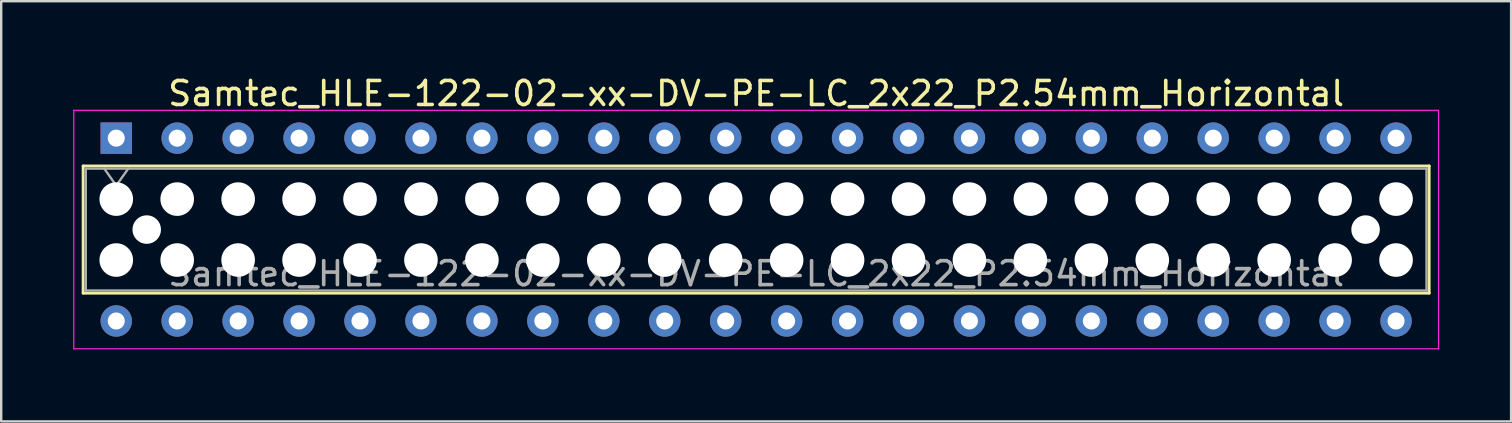
<source format=kicad_pcb>
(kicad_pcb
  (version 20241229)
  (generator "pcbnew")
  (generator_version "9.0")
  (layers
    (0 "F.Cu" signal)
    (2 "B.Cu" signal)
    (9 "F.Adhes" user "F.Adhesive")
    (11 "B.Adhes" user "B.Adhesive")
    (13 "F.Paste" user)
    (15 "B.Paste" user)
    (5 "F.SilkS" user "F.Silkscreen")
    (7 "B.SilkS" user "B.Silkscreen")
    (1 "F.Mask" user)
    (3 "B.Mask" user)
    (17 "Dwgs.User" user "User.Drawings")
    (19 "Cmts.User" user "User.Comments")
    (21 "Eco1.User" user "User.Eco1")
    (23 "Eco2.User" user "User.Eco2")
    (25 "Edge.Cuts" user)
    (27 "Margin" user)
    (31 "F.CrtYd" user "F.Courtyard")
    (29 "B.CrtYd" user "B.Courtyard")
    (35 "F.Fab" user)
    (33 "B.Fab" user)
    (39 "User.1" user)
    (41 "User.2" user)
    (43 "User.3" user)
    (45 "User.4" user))
  (footprint "Samtec_HLE-122-02-xx-DV-PE-LC_2x22_P2.54mm_Horizontal"
    (layer "F.Cu")
    (at 1.795 2.708)
    (property "Reference" "Samtec_HLE-122-02-xx-DV-PE-LC_2x22_P2.54mm_Horizontal" (at 26.67 -1.86 0) (layer "F.SilkS") (effects (font (size 1 1) (thickness 0.15))))
    (attr through_hole)
    (fp_line (start -1.38 1.16) (end 54.72 1.16) (stroke (width 0.12) (type solid)) (layer "F.SilkS"))
    (fp_line (start -1.38 6.46) (end -1.38 1.16) (stroke (width 0.12) (type solid)) (layer "F.SilkS"))
    (fp_line (start 54.72 1.16) (end 54.72 6.46) (stroke (width 0.12) (type solid)) (layer "F.SilkS"))
    (fp_line (start 54.72 6.46) (end -1.38 6.46) (stroke (width 0.12) (type solid)) (layer "F.SilkS"))
    (fp_line (start -1.77 -1.16) (end 55.11 -1.16) (stroke (width 0.05) (type solid)) (layer "F.CrtYd"))
    (fp_line (start -1.77 8.78) (end -1.77 -1.16) (stroke (width 0.05) (type solid)) (layer "F.CrtYd"))
    (fp_line (start 55.11 -1.16) (end 55.11 8.78) (stroke (width 0.05) (type solid)) (layer "F.CrtYd"))
    (fp_line (start 55.11 8.78) (end -1.77 8.78) (stroke (width 0.05) (type solid)) (layer "F.CrtYd"))
    (fp_line (start -1.27 1.27) (end 54.61 1.27) (stroke (width 0.1) (type solid)) (layer "F.Fab"))
    (fp_line (start -1.27 6.35) (end -1.27 1.27) (stroke (width 0.1) (type solid)) (layer "F.Fab"))
    (fp_line (start -0.5 1.27) (end 0 1.977) (stroke (width 0.1) (type solid)) (layer "F.Fab"))
    (fp_line (start 0 1.977) (end 0.5 1.27) (stroke (width 0.1) (type solid)) (layer "F.Fab"))
    (fp_line (start 54.61 1.27) (end 54.61 6.35) (stroke (width 0.1) (type solid)) (layer "F.Fab"))
    (fp_line (start 54.61 6.35) (end -1.27 6.35) (stroke (width 0.1) (type solid)) (layer "F.Fab"))
    (fp_text user "${REFERENCE}" (at 26.67 5.65 0) (layer "F.Fab") (effects (font (size 1 1) (thickness 0.15))))
    (pad "" np_thru_hole circle (at 0 2.54) (size 1.4 1.4) (drill 1.4) (layers "*.Cu" "*.Mask"))
    (pad "" np_thru_hole circle (at 0 5.08) (size 1.4 1.4) (drill 1.4) (layers "*.Cu" "*.Mask"))
    (pad "" np_thru_hole circle (at 1.27 3.81) (size 1.19 1.19) (drill 1.19) (layers "*.Cu" "*.Mask"))
    (pad "" np_thru_hole circle (at 2.54 2.54) (size 1.4 1.4) (drill 1.4) (layers "*.Cu" "*.Mask"))
    (pad "" np_thru_hole circle (at 2.54 5.08) (size 1.4 1.4) (drill 1.4) (layers "*.Cu" "*.Mask"))
    (pad "" np_thru_hole circle (at 5.08 2.54) (size 1.4 1.4) (drill 1.4) (layers "*.Cu" "*.Mask"))
    (pad "" np_thru_hole circle (at 5.08 5.08) (size 1.4 1.4) (drill 1.4) (layers "*.Cu" "*.Mask"))
    (pad "" np_thru_hole circle (at 7.62 2.54) (size 1.4 1.4) (drill 1.4) (layers "*.Cu" "*.Mask"))
    (pad "" np_thru_hole circle (at 7.62 5.08) (size 1.4 1.4) (drill 1.4) (layers "*.Cu" "*.Mask"))
    (pad "" np_thru_hole circle (at 10.16 2.54) (size 1.4 1.4) (drill 1.4) (layers "*.Cu" "*.Mask"))
    (pad "" np_thru_hole circle (at 10.16 5.08) (size 1.4 1.4) (drill 1.4) (layers "*.Cu" "*.Mask"))
    (pad "" np_thru_hole circle (at 12.7 2.54) (size 1.4 1.4) (drill 1.4) (layers "*.Cu" "*.Mask"))
    (pad "" np_thru_hole circle (at 12.7 5.08) (size 1.4 1.4) (drill 1.4) (layers "*.Cu" "*.Mask"))
    (pad "" np_thru_hole circle (at 15.24 2.54) (size 1.4 1.4) (drill 1.4) (layers "*.Cu" "*.Mask"))
    (pad "" np_thru_hole circle (at 15.24 5.08) (size 1.4 1.4) (drill 1.4) (layers "*.Cu" "*.Mask"))
    (pad "" np_thru_hole circle (at 17.78 2.54) (size 1.4 1.4) (drill 1.4) (layers "*.Cu" "*.Mask"))
    (pad "" np_thru_hole circle (at 17.78 5.08) (size 1.4 1.4) (drill 1.4) (layers "*.Cu" "*.Mask"))
    (pad "" np_thru_hole circle (at 20.32 2.54) (size 1.4 1.4) (drill 1.4) (layers "*.Cu" "*.Mask"))
    (pad "" np_thru_hole circle (at 20.32 5.08) (size 1.4 1.4) (drill 1.4) (layers "*.Cu" "*.Mask"))
    (pad "" np_thru_hole circle (at 22.86 2.54) (size 1.4 1.4) (drill 1.4) (layers "*.Cu" "*.Mask"))
    (pad "" np_thru_hole circle (at 22.86 5.08) (size 1.4 1.4) (drill 1.4) (layers "*.Cu" "*.Mask"))
    (pad "" np_thru_hole circle (at 25.4 2.54) (size 1.4 1.4) (drill 1.4) (layers "*.Cu" "*.Mask"))
    (pad "" np_thru_hole circle (at 25.4 5.08) (size 1.4 1.4) (drill 1.4) (layers "*.Cu" "*.Mask"))
    (pad "" np_thru_hole circle (at 27.94 2.54) (size 1.4 1.4) (drill 1.4) (layers "*.Cu" "*.Mask"))
    (pad "" np_thru_hole circle (at 27.94 5.08) (size 1.4 1.4) (drill 1.4) (layers "*.Cu" "*.Mask"))
    (pad "" np_thru_hole circle (at 30.48 2.54) (size 1.4 1.4) (drill 1.4) (layers "*.Cu" "*.Mask"))
    (pad "" np_thru_hole circle (at 30.48 5.08) (size 1.4 1.4) (drill 1.4) (layers "*.Cu" "*.Mask"))
    (pad "" np_thru_hole circle (at 33.02 2.54) (size 1.4 1.4) (drill 1.4) (layers "*.Cu" "*.Mask"))
    (pad "" np_thru_hole circle (at 33.02 5.08) (size 1.4 1.4) (drill 1.4) (layers "*.Cu" "*.Mask"))
    (pad "" np_thru_hole circle (at 35.56 2.54) (size 1.4 1.4) (drill 1.4) (layers "*.Cu" "*.Mask"))
    (pad "" np_thru_hole circle (at 35.56 5.08) (size 1.4 1.4) (drill 1.4) (layers "*.Cu" "*.Mask"))
    (pad "" np_thru_hole circle (at 38.1 2.54) (size 1.4 1.4) (drill 1.4) (layers "*.Cu" "*.Mask"))
    (pad "" np_thru_hole circle (at 38.1 5.08) (size 1.4 1.4) (drill 1.4) (layers "*.Cu" "*.Mask"))
    (pad "" np_thru_hole circle (at 40.64 2.54) (size 1.4 1.4) (drill 1.4) (layers "*.Cu" "*.Mask"))
    (pad "" np_thru_hole circle (at 40.64 5.08) (size 1.4 1.4) (drill 1.4) (layers "*.Cu" "*.Mask"))
    (pad "" np_thru_hole circle (at 43.18 2.54) (size 1.4 1.4) (drill 1.4) (layers "*.Cu" "*.Mask"))
    (pad "" np_thru_hole circle (at 43.18 5.08) (size 1.4 1.4) (drill 1.4) (layers "*.Cu" "*.Mask"))
    (pad "" np_thru_hole circle (at 45.72 2.54) (size 1.4 1.4) (drill 1.4) (layers "*.Cu" "*.Mask"))
    (pad "" np_thru_hole circle (at 45.72 5.08) (size 1.4 1.4) (drill 1.4) (layers "*.Cu" "*.Mask"))
    (pad "" np_thru_hole circle (at 48.26 2.54) (size 1.4 1.4) (drill 1.4) (layers "*.Cu" "*.Mask"))
    (pad "" np_thru_hole circle (at 48.26 5.08) (size 1.4 1.4) (drill 1.4) (layers "*.Cu" "*.Mask"))
    (pad "" np_thru_hole circle (at 50.8 2.54) (size 1.4 1.4) (drill 1.4) (layers "*.Cu" "*.Mask"))
    (pad "" np_thru_hole circle (at 50.8 5.08) (size 1.4 1.4) (drill 1.4) (layers "*.Cu" "*.Mask"))
    (pad "" np_thru_hole circle (at 52.07 3.81) (size 1.19 1.19) (drill 1.19) (layers "*.Cu" "*.Mask"))
    (pad "" np_thru_hole circle (at 53.34 2.54) (size 1.4 1.4) (drill 1.4) (layers "*.Cu" "*.Mask"))
    (pad "" np_thru_hole circle (at 53.34 5.08) (size 1.4 1.4) (drill 1.4) (layers "*.Cu" "*.Mask"))
    (pad "1" thru_hole rect (at 0 0) (size 1.31 1.31) (drill 0.71) (layers "*.Cu" "*.Mask"))
    (pad "2" thru_hole circle (at 0 7.62) (size 1.31 1.31) (drill 0.71) (layers "*.Cu" "*.Mask"))
    (pad "3" thru_hole circle (at 2.54 0) (size 1.31 1.31) (drill 0.71) (layers "*.Cu" "*.Mask"))
    (pad "4" thru_hole circle (at 2.54 7.62) (size 1.31 1.31) (drill 0.71) (layers "*.Cu" "*.Mask"))
    (pad "5" thru_hole circle (at 5.08 0) (size 1.31 1.31) (drill 0.71) (layers "*.Cu" "*.Mask"))
    (pad "6" thru_hole circle (at 5.08 7.62) (size 1.31 1.31) (drill 0.71) (layers "*.Cu" "*.Mask"))
    (pad "7" thru_hole circle (at 7.62 0) (size 1.31 1.31) (drill 0.71) (layers "*.Cu" "*.Mask"))
    (pad "8" thru_hole circle (at 7.62 7.62) (size 1.31 1.31) (drill 0.71) (layers "*.Cu" "*.Mask"))
    (pad "9" thru_hole circle (at 10.16 0) (size 1.31 1.31) (drill 0.71) (layers "*.Cu" "*.Mask"))
    (pad "10" thru_hole circle (at 10.16 7.62) (size 1.31 1.31) (drill 0.71) (layers "*.Cu" "*.Mask"))
    (pad "11" thru_hole circle (at 12.7 0) (size 1.31 1.31) (drill 0.71) (layers "*.Cu" "*.Mask"))
    (pad "12" thru_hole circle (at 12.7 7.62) (size 1.31 1.31) (drill 0.71) (layers "*.Cu" "*.Mask"))
    (pad "13" thru_hole circle (at 15.24 0) (size 1.31 1.31) (drill 0.71) (layers "*.Cu" "*.Mask"))
    (pad "14" thru_hole circle (at 15.24 7.62) (size 1.31 1.31) (drill 0.71) (layers "*.Cu" "*.Mask"))
    (pad "15" thru_hole circle (at 17.78 0) (size 1.31 1.31) (drill 0.71) (layers "*.Cu" "*.Mask"))
    (pad "16" thru_hole circle (at 17.78 7.62) (size 1.31 1.31) (drill 0.71) (layers "*.Cu" "*.Mask"))
    (pad "17" thru_hole circle (at 20.32 0) (size 1.31 1.31) (drill 0.71) (layers "*.Cu" "*.Mask"))
    (pad "18" thru_hole circle (at 20.32 7.62) (size 1.31 1.31) (drill 0.71) (layers "*.Cu" "*.Mask"))
    (pad "19" thru_hole circle (at 22.86 0) (size 1.31 1.31) (drill 0.71) (layers "*.Cu" "*.Mask"))
    (pad "20" thru_hole circle (at 22.86 7.62) (size 1.31 1.31) (drill 0.71) (layers "*.Cu" "*.Mask"))
    (pad "21" thru_hole circle (at 25.4 0) (size 1.31 1.31) (drill 0.71) (layers "*.Cu" "*.Mask"))
    (pad "22" thru_hole circle (at 25.4 7.62) (size 1.31 1.31) (drill 0.71) (layers "*.Cu" "*.Mask"))
    (pad "23" thru_hole circle (at 27.94 0) (size 1.31 1.31) (drill 0.71) (layers "*.Cu" "*.Mask"))
    (pad "24" thru_hole circle (at 27.94 7.62) (size 1.31 1.31) (drill 0.71) (layers "*.Cu" "*.Mask"))
    (pad "25" thru_hole circle (at 30.48 0) (size 1.31 1.31) (drill 0.71) (layers "*.Cu" "*.Mask"))
    (pad "26" thru_hole circle (at 30.48 7.62) (size 1.31 1.31) (drill 0.71) (layers "*.Cu" "*.Mask"))
    (pad "27" thru_hole circle (at 33.02 0) (size 1.31 1.31) (drill 0.71) (layers "*.Cu" "*.Mask"))
    (pad "28" thru_hole circle (at 33.02 7.62) (size 1.31 1.31) (drill 0.71) (layers "*.Cu" "*.Mask"))
    (pad "29" thru_hole circle (at 35.56 0) (size 1.31 1.31) (drill 0.71) (layers "*.Cu" "*.Mask"))
    (pad "30" thru_hole circle (at 35.56 7.62) (size 1.31 1.31) (drill 0.71) (layers "*.Cu" "*.Mask"))
    (pad "31" thru_hole circle (at 38.1 0) (size 1.31 1.31) (drill 0.71) (layers "*.Cu" "*.Mask"))
    (pad "32" thru_hole circle (at 38.1 7.62) (size 1.31 1.31) (drill 0.71) (layers "*.Cu" "*.Mask"))
    (pad "33" thru_hole circle (at 40.64 0) (size 1.31 1.31) (drill 0.71) (layers "*.Cu" "*.Mask"))
    (pad "34" thru_hole circle (at 40.64 7.62) (size 1.31 1.31) (drill 0.71) (layers "*.Cu" "*.Mask"))
    (pad "35" thru_hole circle (at 43.18 0) (size 1.31 1.31) (drill 0.71) (layers "*.Cu" "*.Mask"))
    (pad "36" thru_hole circle (at 43.18 7.62) (size 1.31 1.31) (drill 0.71) (layers "*.Cu" "*.Mask"))
    (pad "37" thru_hole circle (at 45.72 0) (size 1.31 1.31) (drill 0.71) (layers "*.Cu" "*.Mask"))
    (pad "38" thru_hole circle (at 45.72 7.62) (size 1.31 1.31) (drill 0.71) (layers "*.Cu" "*.Mask"))
    (pad "39" thru_hole circle (at 48.26 0) (size 1.31 1.31) (drill 0.71) (layers "*.Cu" "*.Mask"))
    (pad "40" thru_hole circle (at 48.26 7.62) (size 1.31 1.31) (drill 0.71) (layers "*.Cu" "*.Mask"))
    (pad "41" thru_hole circle (at 50.8 0) (size 1.31 1.31) (drill 0.71) (layers "*.Cu" "*.Mask"))
    (pad "42" thru_hole circle (at 50.8 7.62) (size 1.31 1.31) (drill 0.71) (layers "*.Cu" "*.Mask"))
    (pad "43" thru_hole circle (at 53.34 0) (size 1.31 1.31) (drill 0.71) (layers "*.Cu" "*.Mask"))
    (pad "44" thru_hole circle (at 53.34 7.62) (size 1.31 1.31) (drill 0.71) (layers "*.Cu" "*.Mask")))
  (gr_rect
    (start -3 -3)
    (end 59.93 14.513)
    (stroke (width 0.1) (type default))
    (fill no)
    (layer "Edge.Cuts")))
</source>
